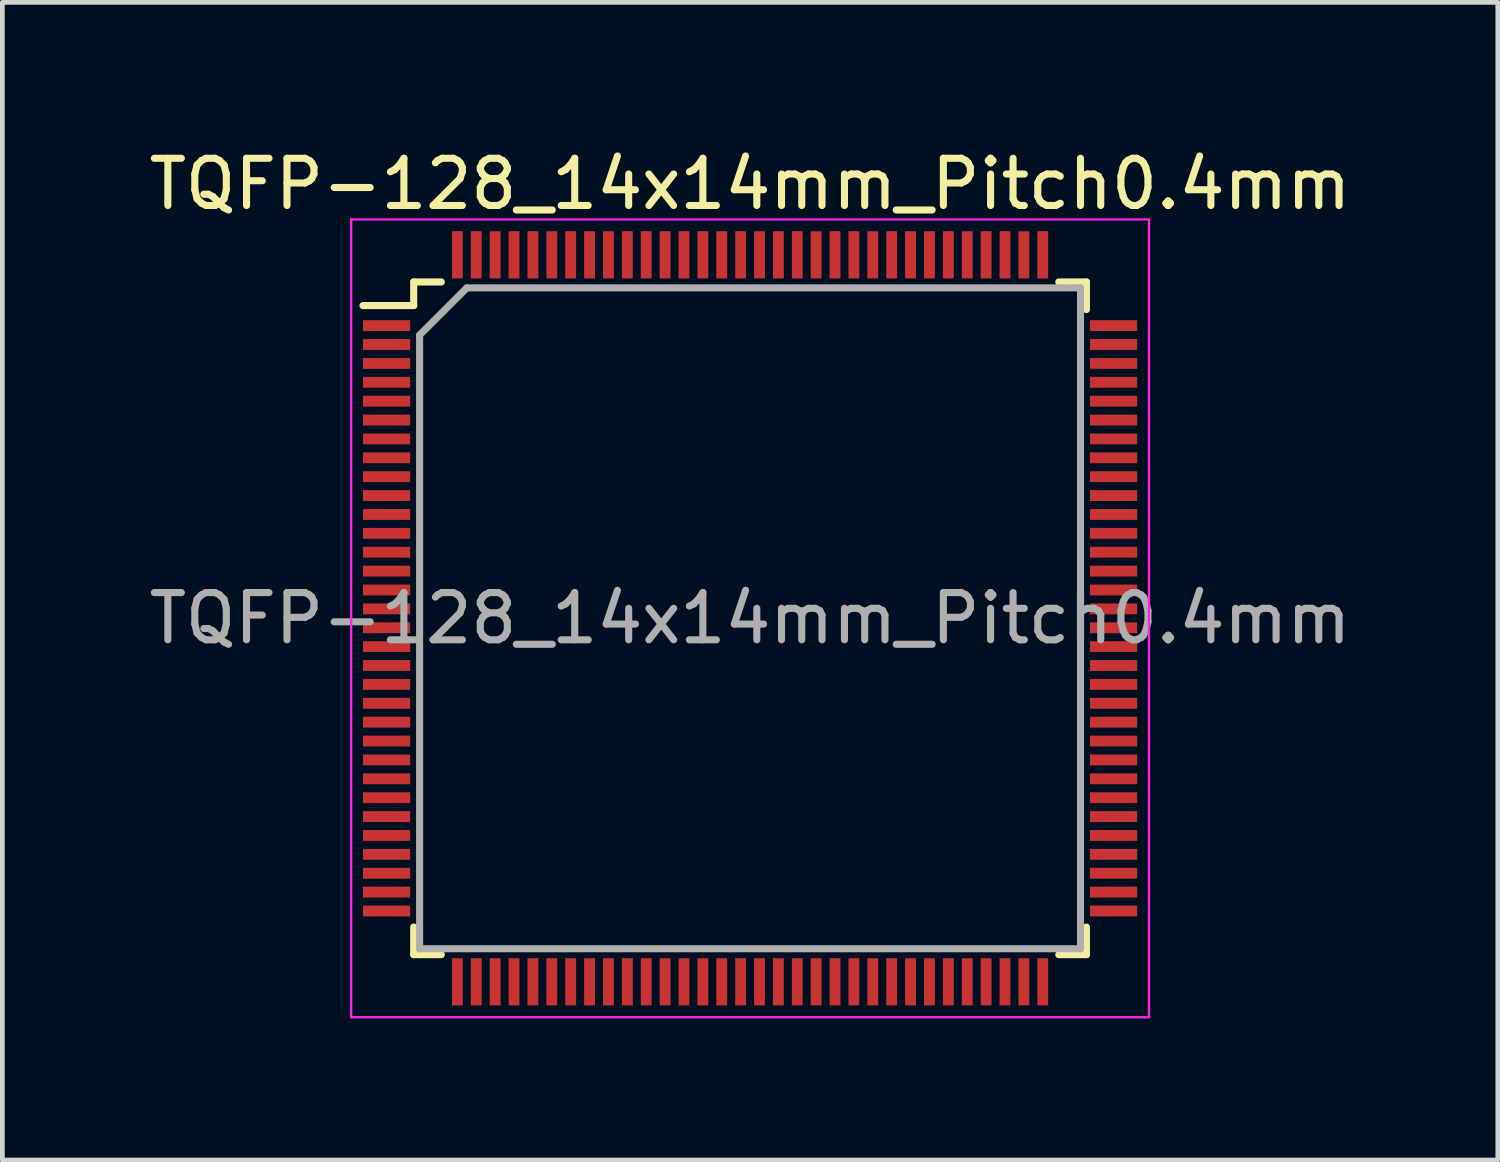
<source format=kicad_pcb>
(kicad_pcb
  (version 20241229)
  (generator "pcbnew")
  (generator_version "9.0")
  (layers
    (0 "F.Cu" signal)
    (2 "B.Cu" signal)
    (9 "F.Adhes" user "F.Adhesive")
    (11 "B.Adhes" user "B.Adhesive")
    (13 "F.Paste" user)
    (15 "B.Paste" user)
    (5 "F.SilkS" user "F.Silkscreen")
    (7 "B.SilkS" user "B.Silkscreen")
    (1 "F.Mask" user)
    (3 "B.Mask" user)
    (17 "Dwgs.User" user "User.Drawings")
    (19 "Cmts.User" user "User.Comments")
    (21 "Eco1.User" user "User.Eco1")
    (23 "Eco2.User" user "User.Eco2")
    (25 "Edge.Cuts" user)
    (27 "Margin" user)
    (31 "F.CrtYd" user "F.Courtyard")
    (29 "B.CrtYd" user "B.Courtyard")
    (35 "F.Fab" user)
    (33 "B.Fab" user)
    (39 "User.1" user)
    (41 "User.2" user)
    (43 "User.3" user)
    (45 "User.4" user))
  (footprint "TQFP-128_14x14mm_Pitch0.4mm"
    (layer "F.Cu")
    (at 12.839 10.048)
    (property "Reference" "TQFP-128_14x14mm_Pitch0.4mm" (at 0 -9.2 0) (layer "F.SilkS") (effects (font (size 1 1) (thickness 0.15))))
    (attr smd)
    (fp_line (start -7.125 -7.125) (end -7.125 -6.625) (stroke (width 0.15) (type solid)) (layer "F.SilkS"))
    (fp_line (start -7.125 -7.125) (end -6.54 -7.125) (stroke (width 0.15) (type solid)) (layer "F.SilkS"))
    (fp_line (start -7.125 -6.625) (end -8.2 -6.625) (stroke (width 0.15) (type solid)) (layer "F.SilkS"))
    (fp_line (start -7.125 7.125) (end -7.125 6.54) (stroke (width 0.15) (type solid)) (layer "F.SilkS"))
    (fp_line (start -7.125 7.125) (end -6.54 7.125) (stroke (width 0.15) (type solid)) (layer "F.SilkS"))
    (fp_line (start 7.125 -7.125) (end 6.54 -7.125) (stroke (width 0.15) (type solid)) (layer "F.SilkS"))
    (fp_line (start 7.125 -7.125) (end 7.125 -6.54) (stroke (width 0.15) (type solid)) (layer "F.SilkS"))
    (fp_line (start 7.125 7.125) (end 6.54 7.125) (stroke (width 0.15) (type solid)) (layer "F.SilkS"))
    (fp_line (start 7.125 7.125) (end 7.125 6.54) (stroke (width 0.15) (type solid)) (layer "F.SilkS"))
    (fp_line (start -8.45 -8.45) (end -8.45 8.45) (stroke (width 0.05) (type solid)) (layer "F.CrtYd"))
    (fp_line (start -8.45 -8.45) (end 8.45 -8.45) (stroke (width 0.05) (type solid)) (layer "F.CrtYd"))
    (fp_line (start -8.45 8.45) (end 8.45 8.45) (stroke (width 0.05) (type solid)) (layer "F.CrtYd"))
    (fp_line (start 8.45 -8.45) (end 8.45 8.45) (stroke (width 0.05) (type solid)) (layer "F.CrtYd"))
    (fp_line (start -7 -6) (end -6 -7) (stroke (width 0.15) (type solid)) (layer "F.Fab"))
    (fp_line (start -7 7) (end -7 -6) (stroke (width 0.15) (type solid)) (layer "F.Fab"))
    (fp_line (start -6 -7) (end 7 -7) (stroke (width 0.15) (type solid)) (layer "F.Fab"))
    (fp_line (start 7 -7) (end 7 7) (stroke (width 0.15) (type solid)) (layer "F.Fab"))
    (fp_line (start 7 7) (end -7 7) (stroke (width 0.15) (type solid)) (layer "F.Fab"))
    (fp_text user "${REFERENCE}" (at 0 0 0) (layer "F.Fab") (effects (font (size 1 1) (thickness 0.15))))
    (pad "1" smd rect (at -7.7 -6.2) (size 1 0.23) (layers "F.Cu" "F.Mask" "F.Paste"))
    (pad "2" smd rect (at -7.7 -5.8) (size 1 0.23) (layers "F.Cu" "F.Mask" "F.Paste"))
    (pad "3" smd rect (at -7.7 -5.4) (size 1 0.23) (layers "F.Cu" "F.Mask" "F.Paste"))
    (pad "4" smd rect (at -7.7 -5) (size 1 0.23) (layers "F.Cu" "F.Mask" "F.Paste"))
    (pad "5" smd rect (at -7.7 -4.6) (size 1 0.23) (layers "F.Cu" "F.Mask" "F.Paste"))
    (pad "6" smd rect (at -7.7 -4.2) (size 1 0.23) (layers "F.Cu" "F.Mask" "F.Paste"))
    (pad "7" smd rect (at -7.7 -3.8) (size 1 0.23) (layers "F.Cu" "F.Mask" "F.Paste"))
    (pad "8" smd rect (at -7.7 -3.4) (size 1 0.23) (layers "F.Cu" "F.Mask" "F.Paste"))
    (pad "9" smd rect (at -7.7 -3) (size 1 0.23) (layers "F.Cu" "F.Mask" "F.Paste"))
    (pad "10" smd rect (at -7.7 -2.6) (size 1 0.23) (layers "F.Cu" "F.Mask" "F.Paste"))
    (pad "11" smd rect (at -7.7 -2.2) (size 1 0.23) (layers "F.Cu" "F.Mask" "F.Paste"))
    (pad "12" smd rect (at -7.7 -1.8) (size 1 0.23) (layers "F.Cu" "F.Mask" "F.Paste"))
    (pad "13" smd rect (at -7.7 -1.4) (size 1 0.23) (layers "F.Cu" "F.Mask" "F.Paste"))
    (pad "14" smd rect (at -7.7 -1) (size 1 0.23) (layers "F.Cu" "F.Mask" "F.Paste"))
    (pad "15" smd rect (at -7.7 -0.6) (size 1 0.23) (layers "F.Cu" "F.Mask" "F.Paste"))
    (pad "16" smd rect (at -7.7 -0.2) (size 1 0.23) (layers "F.Cu" "F.Mask" "F.Paste"))
    (pad "17" smd rect (at -7.7 0.2) (size 1 0.23) (layers "F.Cu" "F.Mask" "F.Paste"))
    (pad "18" smd rect (at -7.7 0.6) (size 1 0.23) (layers "F.Cu" "F.Mask" "F.Paste"))
    (pad "19" smd rect (at -7.7 1) (size 1 0.23) (layers "F.Cu" "F.Mask" "F.Paste"))
    (pad "20" smd rect (at -7.7 1.4) (size 1 0.23) (layers "F.Cu" "F.Mask" "F.Paste"))
    (pad "21" smd rect (at -7.7 1.8) (size 1 0.23) (layers "F.Cu" "F.Mask" "F.Paste"))
    (pad "22" smd rect (at -7.7 2.2) (size 1 0.23) (layers "F.Cu" "F.Mask" "F.Paste"))
    (pad "23" smd rect (at -7.7 2.6) (size 1 0.23) (layers "F.Cu" "F.Mask" "F.Paste"))
    (pad "24" smd rect (at -7.7 3) (size 1 0.23) (layers "F.Cu" "F.Mask" "F.Paste"))
    (pad "25" smd rect (at -7.7 3.4) (size 1 0.23) (layers "F.Cu" "F.Mask" "F.Paste"))
    (pad "26" smd rect (at -7.7 3.8) (size 1 0.23) (layers "F.Cu" "F.Mask" "F.Paste"))
    (pad "27" smd rect (at -7.7 4.2) (size 1 0.23) (layers "F.Cu" "F.Mask" "F.Paste"))
    (pad "28" smd rect (at -7.7 4.6) (size 1 0.23) (layers "F.Cu" "F.Mask" "F.Paste"))
    (pad "29" smd rect (at -7.7 5) (size 1 0.23) (layers "F.Cu" "F.Mask" "F.Paste"))
    (pad "30" smd rect (at -7.7 5.4) (size 1 0.23) (layers "F.Cu" "F.Mask" "F.Paste"))
    (pad "31" smd rect (at -7.7 5.8) (size 1 0.23) (layers "F.Cu" "F.Mask" "F.Paste"))
    (pad "32" smd rect (at -7.7 6.2) (size 1 0.23) (layers "F.Cu" "F.Mask" "F.Paste"))
    (pad "33" smd rect (at -6.2 7.7 90) (size 1 0.23) (layers "F.Cu" "F.Mask" "F.Paste"))
    (pad "34" smd rect (at -5.8 7.7 90) (size 1 0.23) (layers "F.Cu" "F.Mask" "F.Paste"))
    (pad "35" smd rect (at -5.4 7.7 90) (size 1 0.23) (layers "F.Cu" "F.Mask" "F.Paste"))
    (pad "36" smd rect (at -5 7.7 90) (size 1 0.23) (layers "F.Cu" "F.Mask" "F.Paste"))
    (pad "37" smd rect (at -4.6 7.7 90) (size 1 0.23) (layers "F.Cu" "F.Mask" "F.Paste"))
    (pad "38" smd rect (at -4.2 7.7 90) (size 1 0.23) (layers "F.Cu" "F.Mask" "F.Paste"))
    (pad "39" smd rect (at -3.8 7.7 90) (size 1 0.23) (layers "F.Cu" "F.Mask" "F.Paste"))
    (pad "40" smd rect (at -3.4 7.7 90) (size 1 0.23) (layers "F.Cu" "F.Mask" "F.Paste"))
    (pad "41" smd rect (at -3 7.7 90) (size 1 0.23) (layers "F.Cu" "F.Mask" "F.Paste"))
    (pad "42" smd rect (at -2.6 7.7 90) (size 1 0.23) (layers "F.Cu" "F.Mask" "F.Paste"))
    (pad "43" smd rect (at -2.2 7.7 90) (size 1 0.23) (layers "F.Cu" "F.Mask" "F.Paste"))
    (pad "44" smd rect (at -1.8 7.7 90) (size 1 0.23) (layers "F.Cu" "F.Mask" "F.Paste"))
    (pad "45" smd rect (at -1.4 7.7 90) (size 1 0.23) (layers "F.Cu" "F.Mask" "F.Paste"))
    (pad "46" smd rect (at -1 7.7 90) (size 1 0.23) (layers "F.Cu" "F.Mask" "F.Paste"))
    (pad "47" smd rect (at -0.6 7.7 90) (size 1 0.23) (layers "F.Cu" "F.Mask" "F.Paste"))
    (pad "48" smd rect (at -0.2 7.7 90) (size 1 0.23) (layers "F.Cu" "F.Mask" "F.Paste"))
    (pad "49" smd rect (at 0.2 7.7 90) (size 1 0.23) (layers "F.Cu" "F.Mask" "F.Paste"))
    (pad "50" smd rect (at 0.6 7.7 90) (size 1 0.23) (layers "F.Cu" "F.Mask" "F.Paste"))
    (pad "51" smd rect (at 1 7.7 90) (size 1 0.23) (layers "F.Cu" "F.Mask" "F.Paste"))
    (pad "52" smd rect (at 1.4 7.7 90) (size 1 0.23) (layers "F.Cu" "F.Mask" "F.Paste"))
    (pad "53" smd rect (at 1.8 7.7 90) (size 1 0.23) (layers "F.Cu" "F.Mask" "F.Paste"))
    (pad "54" smd rect (at 2.2 7.7 90) (size 1 0.23) (layers "F.Cu" "F.Mask" "F.Paste"))
    (pad "55" smd rect (at 2.6 7.7 90) (size 1 0.23) (layers "F.Cu" "F.Mask" "F.Paste"))
    (pad "56" smd rect (at 3 7.7 90) (size 1 0.23) (layers "F.Cu" "F.Mask" "F.Paste"))
    (pad "57" smd rect (at 3.4 7.7 90) (size 1 0.23) (layers "F.Cu" "F.Mask" "F.Paste"))
    (pad "58" smd rect (at 3.8 7.7 90) (size 1 0.23) (layers "F.Cu" "F.Mask" "F.Paste"))
    (pad "59" smd rect (at 4.2 7.7 90) (size 1 0.23) (layers "F.Cu" "F.Mask" "F.Paste"))
    (pad "60" smd rect (at 4.6 7.7 90) (size 1 0.23) (layers "F.Cu" "F.Mask" "F.Paste"))
    (pad "61" smd rect (at 5 7.7 90) (size 1 0.23) (layers "F.Cu" "F.Mask" "F.Paste"))
    (pad "62" smd rect (at 5.4 7.7 90) (size 1 0.23) (layers "F.Cu" "F.Mask" "F.Paste"))
    (pad "63" smd rect (at 5.8 7.7 90) (size 1 0.23) (layers "F.Cu" "F.Mask" "F.Paste"))
    (pad "64" smd rect (at 6.2 7.7 90) (size 1 0.23) (layers "F.Cu" "F.Mask" "F.Paste"))
    (pad "65" smd rect (at 7.7 6.2) (size 1 0.23) (layers "F.Cu" "F.Mask" "F.Paste"))
    (pad "66" smd rect (at 7.7 5.8) (size 1 0.23) (layers "F.Cu" "F.Mask" "F.Paste"))
    (pad "67" smd rect (at 7.7 5.4) (size 1 0.23) (layers "F.Cu" "F.Mask" "F.Paste"))
    (pad "68" smd rect (at 7.7 5) (size 1 0.23) (layers "F.Cu" "F.Mask" "F.Paste"))
    (pad "69" smd rect (at 7.7 4.6) (size 1 0.23) (layers "F.Cu" "F.Mask" "F.Paste"))
    (pad "70" smd rect (at 7.7 4.2) (size 1 0.23) (layers "F.Cu" "F.Mask" "F.Paste"))
    (pad "71" smd rect (at 7.7 3.8) (size 1 0.23) (layers "F.Cu" "F.Mask" "F.Paste"))
    (pad "72" smd rect (at 7.7 3.4) (size 1 0.23) (layers "F.Cu" "F.Mask" "F.Paste"))
    (pad "73" smd rect (at 7.7 3) (size 1 0.23) (layers "F.Cu" "F.Mask" "F.Paste"))
    (pad "74" smd rect (at 7.7 2.6) (size 1 0.23) (layers "F.Cu" "F.Mask" "F.Paste"))
    (pad "75" smd rect (at 7.7 2.2) (size 1 0.23) (layers "F.Cu" "F.Mask" "F.Paste"))
    (pad "76" smd rect (at 7.7 1.8) (size 1 0.23) (layers "F.Cu" "F.Mask" "F.Paste"))
    (pad "77" smd rect (at 7.7 1.4) (size 1 0.23) (layers "F.Cu" "F.Mask" "F.Paste"))
    (pad "78" smd rect (at 7.7 1) (size 1 0.23) (layers "F.Cu" "F.Mask" "F.Paste"))
    (pad "79" smd rect (at 7.7 0.6) (size 1 0.23) (layers "F.Cu" "F.Mask" "F.Paste"))
    (pad "80" smd rect (at 7.7 0.2) (size 1 0.23) (layers "F.Cu" "F.Mask" "F.Paste"))
    (pad "81" smd rect (at 7.7 -0.2) (size 1 0.23) (layers "F.Cu" "F.Mask" "F.Paste"))
    (pad "82" smd rect (at 7.7 -0.6) (size 1 0.23) (layers "F.Cu" "F.Mask" "F.Paste"))
    (pad "83" smd rect (at 7.7 -1) (size 1 0.23) (layers "F.Cu" "F.Mask" "F.Paste"))
    (pad "84" smd rect (at 7.7 -1.4) (size 1 0.23) (layers "F.Cu" "F.Mask" "F.Paste"))
    (pad "85" smd rect (at 7.7 -1.8) (size 1 0.23) (layers "F.Cu" "F.Mask" "F.Paste"))
    (pad "86" smd rect (at 7.7 -2.2) (size 1 0.23) (layers "F.Cu" "F.Mask" "F.Paste"))
    (pad "87" smd rect (at 7.7 -2.6) (size 1 0.23) (layers "F.Cu" "F.Mask" "F.Paste"))
    (pad "88" smd rect (at 7.7 -3) (size 1 0.23) (layers "F.Cu" "F.Mask" "F.Paste"))
    (pad "89" smd rect (at 7.7 -3.4) (size 1 0.23) (layers "F.Cu" "F.Mask" "F.Paste"))
    (pad "90" smd rect (at 7.7 -3.8) (size 1 0.23) (layers "F.Cu" "F.Mask" "F.Paste"))
    (pad "91" smd rect (at 7.7 -4.2) (size 1 0.23) (layers "F.Cu" "F.Mask" "F.Paste"))
    (pad "92" smd rect (at 7.7 -4.6) (size 1 0.23) (layers "F.Cu" "F.Mask" "F.Paste"))
    (pad "93" smd rect (at 7.7 -5) (size 1 0.23) (layers "F.Cu" "F.Mask" "F.Paste"))
    (pad "94" smd rect (at 7.7 -5.4) (size 1 0.23) (layers "F.Cu" "F.Mask" "F.Paste"))
    (pad "95" smd rect (at 7.7 -5.8) (size 1 0.23) (layers "F.Cu" "F.Mask" "F.Paste"))
    (pad "96" smd rect (at 7.7 -6.2) (size 1 0.23) (layers "F.Cu" "F.Mask" "F.Paste"))
    (pad "97" smd rect (at 6.2 -7.7 90) (size 1 0.23) (layers "F.Cu" "F.Mask" "F.Paste"))
    (pad "98" smd rect (at 5.8 -7.7 90) (size 1 0.23) (layers "F.Cu" "F.Mask" "F.Paste"))
    (pad "99" smd rect (at 5.4 -7.7 90) (size 1 0.23) (layers "F.Cu" "F.Mask" "F.Paste"))
    (pad "100" smd rect (at 5 -7.7 90) (size 1 0.23) (layers "F.Cu" "F.Mask" "F.Paste"))
    (pad "101" smd rect (at 4.6 -7.7 90) (size 1 0.23) (layers "F.Cu" "F.Mask" "F.Paste"))
    (pad "102" smd rect (at 4.2 -7.7 90) (size 1 0.23) (layers "F.Cu" "F.Mask" "F.Paste"))
    (pad "103" smd rect (at 3.8 -7.7 90) (size 1 0.23) (layers "F.Cu" "F.Mask" "F.Paste"))
    (pad "104" smd rect (at 3.4 -7.7 90) (size 1 0.23) (layers "F.Cu" "F.Mask" "F.Paste"))
    (pad "105" smd rect (at 3 -7.7 90) (size 1 0.23) (layers "F.Cu" "F.Mask" "F.Paste"))
    (pad "106" smd rect (at 2.6 -7.7 90) (size 1 0.23) (layers "F.Cu" "F.Mask" "F.Paste"))
    (pad "107" smd rect (at 2.2 -7.7 90) (size 1 0.23) (layers "F.Cu" "F.Mask" "F.Paste"))
    (pad "108" smd rect (at 1.8 -7.7 90) (size 1 0.23) (layers "F.Cu" "F.Mask" "F.Paste"))
    (pad "109" smd rect (at 1.4 -7.7 90) (size 1 0.23) (layers "F.Cu" "F.Mask" "F.Paste"))
    (pad "110" smd rect (at 1 -7.7 90) (size 1 0.23) (layers "F.Cu" "F.Mask" "F.Paste"))
    (pad "111" smd rect (at 0.6 -7.7 90) (size 1 0.23) (layers "F.Cu" "F.Mask" "F.Paste"))
    (pad "112" smd rect (at 0.2 -7.7 90) (size 1 0.23) (layers "F.Cu" "F.Mask" "F.Paste"))
    (pad "113" smd rect (at -0.2 -7.7 90) (size 1 0.23) (layers "F.Cu" "F.Mask" "F.Paste"))
    (pad "114" smd rect (at -0.6 -7.7 90) (size 1 0.23) (layers "F.Cu" "F.Mask" "F.Paste"))
    (pad "115" smd rect (at -1 -7.7 90) (size 1 0.23) (layers "F.Cu" "F.Mask" "F.Paste"))
    (pad "116" smd rect (at -1.4 -7.7 90) (size 1 0.23) (layers "F.Cu" "F.Mask" "F.Paste"))
    (pad "117" smd rect (at -1.8 -7.7 90) (size 1 0.23) (layers "F.Cu" "F.Mask" "F.Paste"))
    (pad "118" smd rect (at -2.2 -7.7 90) (size 1 0.23) (layers "F.Cu" "F.Mask" "F.Paste"))
    (pad "119" smd rect (at -2.6 -7.7 90) (size 1 0.23) (layers "F.Cu" "F.Mask" "F.Paste"))
    (pad "120" smd rect (at -3 -7.7 90) (size 1 0.23) (layers "F.Cu" "F.Mask" "F.Paste"))
    (pad "121" smd rect (at -3.4 -7.7 90) (size 1 0.23) (layers "F.Cu" "F.Mask" "F.Paste"))
    (pad "122" smd rect (at -3.8 -7.7 90) (size 1 0.23) (layers "F.Cu" "F.Mask" "F.Paste"))
    (pad "123" smd rect (at -4.2 -7.7 90) (size 1 0.23) (layers "F.Cu" "F.Mask" "F.Paste"))
    (pad "124" smd rect (at -4.6 -7.7 90) (size 1 0.23) (layers "F.Cu" "F.Mask" "F.Paste"))
    (pad "125" smd rect (at -5 -7.7 90) (size 1 0.23) (layers "F.Cu" "F.Mask" "F.Paste"))
    (pad "126" smd rect (at -5.4 -7.7 90) (size 1 0.23) (layers "F.Cu" "F.Mask" "F.Paste"))
    (pad "127" smd rect (at -5.8 -7.7 90) (size 1 0.23) (layers "F.Cu" "F.Mask" "F.Paste"))
    (pad "128" smd rect (at -6.2 -7.7 90) (size 1 0.23) (layers "F.Cu" "F.Mask" "F.Paste")))
  (gr_rect
    (start -3 -3)
    (end 28.679 21.523)
    (stroke (width 0.1) (type default))
    (fill no)
    (layer "Edge.Cuts")))
</source>
